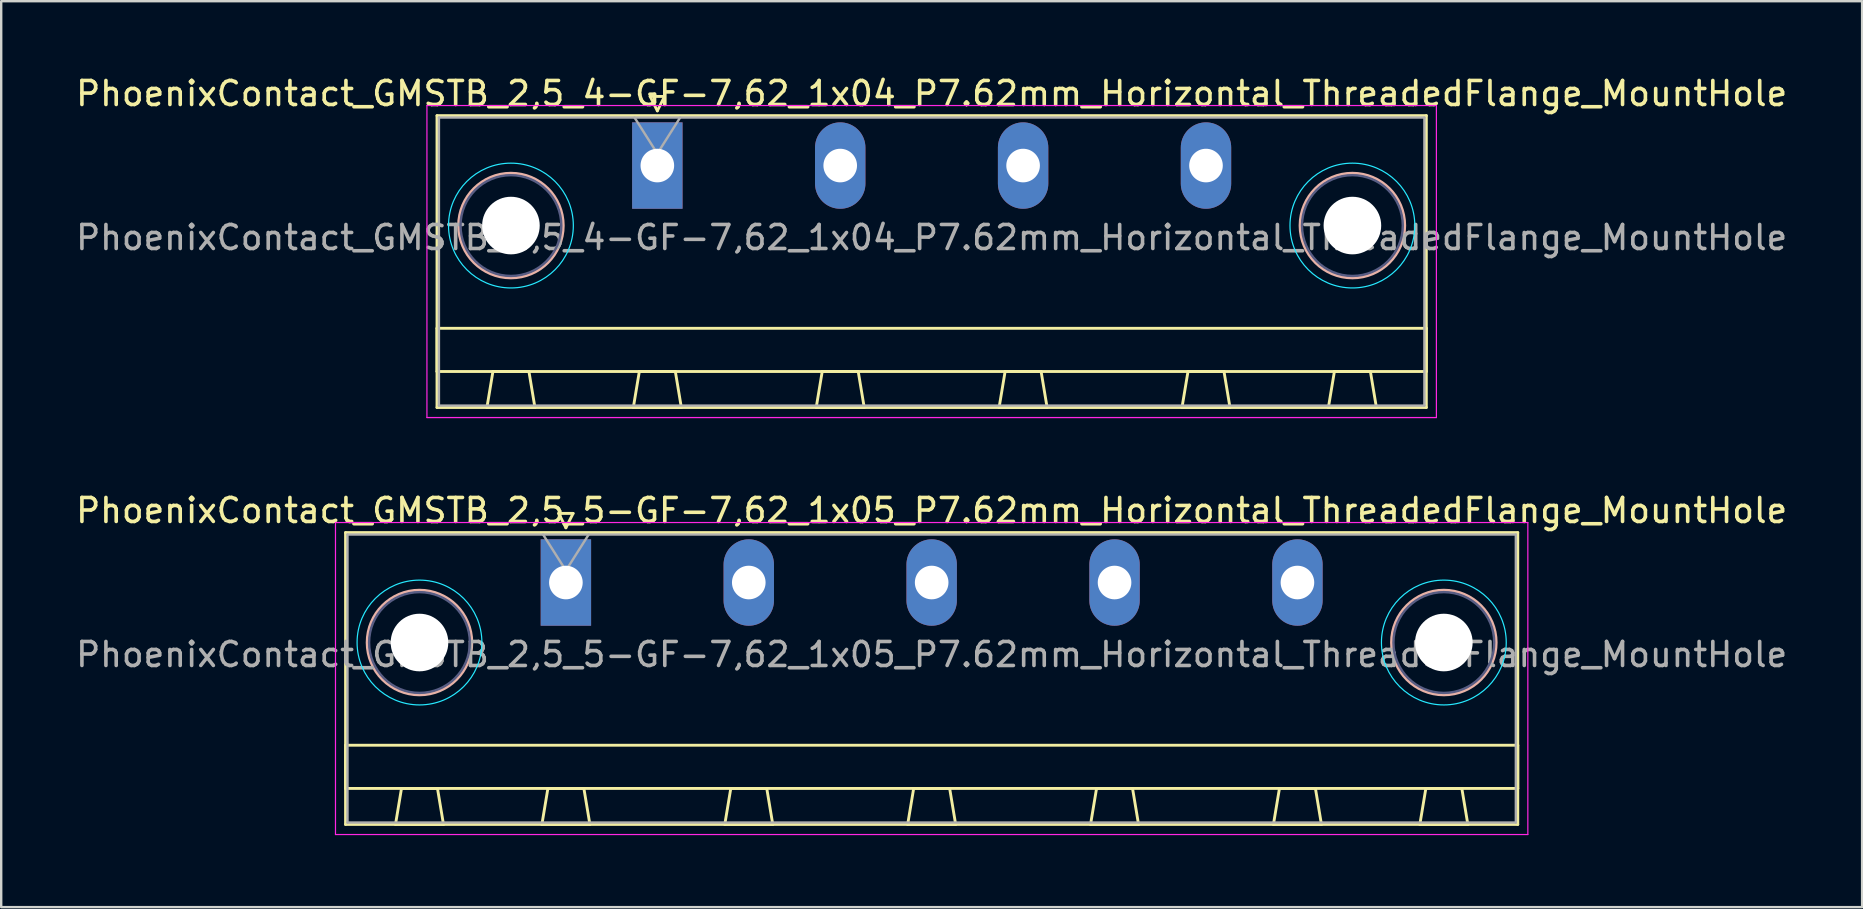
<source format=kicad_pcb>
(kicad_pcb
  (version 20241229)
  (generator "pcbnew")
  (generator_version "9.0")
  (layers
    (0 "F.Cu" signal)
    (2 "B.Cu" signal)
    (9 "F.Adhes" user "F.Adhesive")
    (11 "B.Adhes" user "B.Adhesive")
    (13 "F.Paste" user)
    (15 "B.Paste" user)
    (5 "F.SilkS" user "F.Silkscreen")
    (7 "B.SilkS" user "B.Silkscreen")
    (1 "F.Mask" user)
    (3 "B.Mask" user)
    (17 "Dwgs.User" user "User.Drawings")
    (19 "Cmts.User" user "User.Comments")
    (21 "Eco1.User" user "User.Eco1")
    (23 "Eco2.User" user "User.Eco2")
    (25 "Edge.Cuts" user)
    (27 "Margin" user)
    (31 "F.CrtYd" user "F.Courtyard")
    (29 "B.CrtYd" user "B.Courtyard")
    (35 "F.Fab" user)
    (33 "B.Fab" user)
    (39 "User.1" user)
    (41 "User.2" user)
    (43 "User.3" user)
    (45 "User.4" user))
  (footprint "PhoenixContact_GMSTB_2,5_4-GF-7,62_1x04_P7.62mm_Horizontal_ThreadedFlange_MountHole"
    (layer "F.Cu")
    (at 24.338 3.848)
    (property "Reference" "PhoenixContact_GMSTB_2,5_4-GF-7,62_1x04_P7.62mm_Horizontal_ThreadedFlange_MountHole" (at 11.43 -3 0) (layer "F.SilkS") (effects (font (size 1 1) (thickness 0.15))))
    (attr through_hole)
    (fp_line (start -9.18 -2.08) (end -9.18 10.08) (stroke (width 0.12) (type solid)) (layer "F.SilkS"))
    (fp_line (start -9.18 6.78) (end 32.04 6.78) (stroke (width 0.12) (type solid)) (layer "F.SilkS"))
    (fp_line (start -9.18 8.58) (end -9.18 6.78) (stroke (width 0.12) (type solid)) (layer "F.SilkS"))
    (fp_line (start -9.18 10.08) (end 32.04 10.08) (stroke (width 0.12) (type solid)) (layer "F.SilkS"))
    (fp_line (start -7.1 10.08) (end -5.1 10.08) (stroke (width 0.12) (type solid)) (layer "F.SilkS"))
    (fp_line (start -6.85 8.58) (end -7.1 10.08) (stroke (width 0.12) (type solid)) (layer "F.SilkS"))
    (fp_line (start -5.35 8.58) (end -6.85 8.58) (stroke (width 0.12) (type solid)) (layer "F.SilkS"))
    (fp_line (start -5.1 10.08) (end -5.35 8.58) (stroke (width 0.12) (type solid)) (layer "F.SilkS"))
    (fp_line (start -1 10.08) (end 1 10.08) (stroke (width 0.12) (type solid)) (layer "F.SilkS"))
    (fp_line (start -0.75 8.58) (end -1 10.08) (stroke (width 0.12) (type solid)) (layer "F.SilkS"))
    (fp_line (start -0.3 -2.88) (end 0.3 -2.88) (stroke (width 0.12) (type solid)) (layer "F.SilkS"))
    (fp_line (start 0 -2.28) (end -0.3 -2.88) (stroke (width 0.12) (type solid)) (layer "F.SilkS"))
    (fp_line (start 0.3 -2.88) (end 0 -2.28) (stroke (width 0.12) (type solid)) (layer "F.SilkS"))
    (fp_line (start 0.75 8.58) (end -0.75 8.58) (stroke (width 0.12) (type solid)) (layer "F.SilkS"))
    (fp_line (start 1 10.08) (end 0.75 8.58) (stroke (width 0.12) (type solid)) (layer "F.SilkS"))
    (fp_line (start 6.62 10.08) (end 8.62 10.08) (stroke (width 0.12) (type solid)) (layer "F.SilkS"))
    (fp_line (start 6.87 8.58) (end 6.62 10.08) (stroke (width 0.12) (type solid)) (layer "F.SilkS"))
    (fp_line (start 8.37 8.58) (end 6.87 8.58) (stroke (width 0.12) (type solid)) (layer "F.SilkS"))
    (fp_line (start 8.62 10.08) (end 8.37 8.58) (stroke (width 0.12) (type solid)) (layer "F.SilkS"))
    (fp_line (start 14.24 10.08) (end 16.24 10.08) (stroke (width 0.12) (type solid)) (layer "F.SilkS"))
    (fp_line (start 14.49 8.58) (end 14.24 10.08) (stroke (width 0.12) (type solid)) (layer "F.SilkS"))
    (fp_line (start 15.99 8.58) (end 14.49 8.58) (stroke (width 0.12) (type solid)) (layer "F.SilkS"))
    (fp_line (start 16.24 10.08) (end 15.99 8.58) (stroke (width 0.12) (type solid)) (layer "F.SilkS"))
    (fp_line (start 21.86 10.08) (end 23.86 10.08) (stroke (width 0.12) (type solid)) (layer "F.SilkS"))
    (fp_line (start 22.11 8.58) (end 21.86 10.08) (stroke (width 0.12) (type solid)) (layer "F.SilkS"))
    (fp_line (start 23.61 8.58) (end 22.11 8.58) (stroke (width 0.12) (type solid)) (layer "F.SilkS"))
    (fp_line (start 23.86 10.08) (end 23.61 8.58) (stroke (width 0.12) (type solid)) (layer "F.SilkS"))
    (fp_line (start 27.96 10.08) (end 29.96 10.08) (stroke (width 0.12) (type solid)) (layer "F.SilkS"))
    (fp_line (start 28.21 8.58) (end 27.96 10.08) (stroke (width 0.12) (type solid)) (layer "F.SilkS"))
    (fp_line (start 29.71 8.58) (end 28.21 8.58) (stroke (width 0.12) (type solid)) (layer "F.SilkS"))
    (fp_line (start 29.96 10.08) (end 29.71 8.58) (stroke (width 0.12) (type solid)) (layer "F.SilkS"))
    (fp_line (start 32.04 -2.08) (end -9.18 -2.08) (stroke (width 0.12) (type solid)) (layer "F.SilkS"))
    (fp_line (start 32.04 6.78) (end 32.04 8.58) (stroke (width 0.12) (type solid)) (layer "F.SilkS"))
    (fp_line (start 32.04 8.58) (end -9.18 8.58) (stroke (width 0.12) (type solid)) (layer "F.SilkS"))
    (fp_line (start 32.04 10.08) (end 32.04 -2.08) (stroke (width 0.12) (type solid)) (layer "F.SilkS"))
    (fp_circle (center -6.1 2.5) (end -3.92 2.5) (stroke (width 0.12) (type solid)) (fill no) (layer "B.SilkS"))
    (fp_circle (center 28.96 2.5) (end 31.14 2.5) (stroke (width 0.12) (type solid)) (fill no) (layer "B.SilkS"))
    (fp_circle (center -6.1 2.5) (end -3.5 2.5) (stroke (width 0.05) (type solid)) (fill no) (layer "B.CrtYd"))
    (fp_circle (center 28.96 2.5) (end 31.56 2.5) (stroke (width 0.05) (type solid)) (fill no) (layer "B.CrtYd"))
    (fp_line (start -9.6 -2.5) (end -9.6 10.5) (stroke (width 0.05) (type solid)) (layer "F.CrtYd"))
    (fp_line (start -9.6 10.5) (end 32.46 10.5) (stroke (width 0.05) (type solid)) (layer "F.CrtYd"))
    (fp_line (start 32.46 -2.5) (end -9.6 -2.5) (stroke (width 0.05) (type solid)) (layer "F.CrtYd"))
    (fp_line (start 32.46 10.5) (end 32.46 -2.5) (stroke (width 0.05) (type solid)) (layer "F.CrtYd"))
    (fp_circle (center -6.1 2.5) (end -4 2.5) (stroke (width 0.1) (type solid)) (fill no) (layer "B.Fab"))
    (fp_circle (center 28.96 2.5) (end 31.06 2.5) (stroke (width 0.1) (type solid)) (fill no) (layer "B.Fab"))
    (fp_line (start -9.1 -2) (end -9.1 10) (stroke (width 0.1) (type solid)) (layer "F.Fab"))
    (fp_line (start -9.1 10) (end 31.96 10) (stroke (width 0.1) (type solid)) (layer "F.Fab"))
    (fp_line (start 0 -0.5) (end -0.95 -2) (stroke (width 0.1) (type solid)) (layer "F.Fab"))
    (fp_line (start 0.95 -2) (end 0 -0.5) (stroke (width 0.1) (type solid)) (layer "F.Fab"))
    (fp_line (start 31.96 -2) (end -9.1 -2) (stroke (width 0.1) (type solid)) (layer "F.Fab"))
    (fp_line (start 31.96 10) (end 31.96 -2) (stroke (width 0.1) (type solid)) (layer "F.Fab"))
    (fp_text user "${REFERENCE}" (at 11.43 3 0) (layer "F.Fab") (effects (font (size 1 1) (thickness 0.15))))
    (pad "" np_thru_hole circle (at -6.1 2.5) (size 2.4 2.4) (drill 2.4) (layers "*.Cu" "*.Mask"))
    (pad "" np_thru_hole circle (at 28.96 2.5) (size 2.4 2.4) (drill 2.4) (layers "*.Cu" "*.Mask"))
    (pad "1" thru_hole rect (at 0 0) (size 2.1 3.6) (drill 1.4) (layers "*.Cu" "*.Mask"))
    (pad "2" thru_hole oval (at 7.62 0) (size 2.1 3.6) (drill 1.4) (layers "*.Cu" "*.Mask"))
    (pad "3" thru_hole oval (at 15.24 0) (size 2.1 3.6) (drill 1.4) (layers "*.Cu" "*.Mask"))
    (pad "4" thru_hole oval (at 22.86 0) (size 2.1 3.6) (drill 1.4) (layers "*.Cu" "*.Mask")))
  (footprint "PhoenixContact_GMSTB_2,5_5-GF-7,62_1x05_P7.62mm_Horizontal_ThreadedFlange_MountHole"
    (layer "F.Cu")
    (at 20.528 21.221)
    (property "Reference" "PhoenixContact_GMSTB_2,5_5-GF-7,62_1x05_P7.62mm_Horizontal_ThreadedFlange_MountHole" (at 15.24 -3 0) (layer "F.SilkS") (effects (font (size 1 1) (thickness 0.15))))
    (attr through_hole)
    (fp_line (start -9.18 -2.08) (end -9.18 10.08) (stroke (width 0.12) (type solid)) (layer "F.SilkS"))
    (fp_line (start -9.18 6.78) (end 39.66 6.78) (stroke (width 0.12) (type solid)) (layer "F.SilkS"))
    (fp_line (start -9.18 8.58) (end -9.18 6.78) (stroke (width 0.12) (type solid)) (layer "F.SilkS"))
    (fp_line (start -9.18 10.08) (end 39.66 10.08) (stroke (width 0.12) (type solid)) (layer "F.SilkS"))
    (fp_line (start -7.1 10.08) (end -5.1 10.08) (stroke (width 0.12) (type solid)) (layer "F.SilkS"))
    (fp_line (start -6.85 8.58) (end -7.1 10.08) (stroke (width 0.12) (type solid)) (layer "F.SilkS"))
    (fp_line (start -5.35 8.58) (end -6.85 8.58) (stroke (width 0.12) (type solid)) (layer "F.SilkS"))
    (fp_line (start -5.1 10.08) (end -5.35 8.58) (stroke (width 0.12) (type solid)) (layer "F.SilkS"))
    (fp_line (start -1 10.08) (end 1 10.08) (stroke (width 0.12) (type solid)) (layer "F.SilkS"))
    (fp_line (start -0.75 8.58) (end -1 10.08) (stroke (width 0.12) (type solid)) (layer "F.SilkS"))
    (fp_line (start -0.3 -2.88) (end 0.3 -2.88) (stroke (width 0.12) (type solid)) (layer "F.SilkS"))
    (fp_line (start 0 -2.28) (end -0.3 -2.88) (stroke (width 0.12) (type solid)) (layer "F.SilkS"))
    (fp_line (start 0.3 -2.88) (end 0 -2.28) (stroke (width 0.12) (type solid)) (layer "F.SilkS"))
    (fp_line (start 0.75 8.58) (end -0.75 8.58) (stroke (width 0.12) (type solid)) (layer "F.SilkS"))
    (fp_line (start 1 10.08) (end 0.75 8.58) (stroke (width 0.12) (type solid)) (layer "F.SilkS"))
    (fp_line (start 6.62 10.08) (end 8.62 10.08) (stroke (width 0.12) (type solid)) (layer "F.SilkS"))
    (fp_line (start 6.87 8.58) (end 6.62 10.08) (stroke (width 0.12) (type solid)) (layer "F.SilkS"))
    (fp_line (start 8.37 8.58) (end 6.87 8.58) (stroke (width 0.12) (type solid)) (layer "F.SilkS"))
    (fp_line (start 8.62 10.08) (end 8.37 8.58) (stroke (width 0.12) (type solid)) (layer "F.SilkS"))
    (fp_line (start 14.24 10.08) (end 16.24 10.08) (stroke (width 0.12) (type solid)) (layer "F.SilkS"))
    (fp_line (start 14.49 8.58) (end 14.24 10.08) (stroke (width 0.12) (type solid)) (layer "F.SilkS"))
    (fp_line (start 15.99 8.58) (end 14.49 8.58) (stroke (width 0.12) (type solid)) (layer "F.SilkS"))
    (fp_line (start 16.24 10.08) (end 15.99 8.58) (stroke (width 0.12) (type solid)) (layer "F.SilkS"))
    (fp_line (start 21.86 10.08) (end 23.86 10.08) (stroke (width 0.12) (type solid)) (layer "F.SilkS"))
    (fp_line (start 22.11 8.58) (end 21.86 10.08) (stroke (width 0.12) (type solid)) (layer "F.SilkS"))
    (fp_line (start 23.61 8.58) (end 22.11 8.58) (stroke (width 0.12) (type solid)) (layer "F.SilkS"))
    (fp_line (start 23.86 10.08) (end 23.61 8.58) (stroke (width 0.12) (type solid)) (layer "F.SilkS"))
    (fp_line (start 29.48 10.08) (end 31.48 10.08) (stroke (width 0.12) (type solid)) (layer "F.SilkS"))
    (fp_line (start 29.73 8.58) (end 29.48 10.08) (stroke (width 0.12) (type solid)) (layer "F.SilkS"))
    (fp_line (start 31.23 8.58) (end 29.73 8.58) (stroke (width 0.12) (type solid)) (layer "F.SilkS"))
    (fp_line (start 31.48 10.08) (end 31.23 8.58) (stroke (width 0.12) (type solid)) (layer "F.SilkS"))
    (fp_line (start 35.58 10.08) (end 37.58 10.08) (stroke (width 0.12) (type solid)) (layer "F.SilkS"))
    (fp_line (start 35.83 8.58) (end 35.58 10.08) (stroke (width 0.12) (type solid)) (layer "F.SilkS"))
    (fp_line (start 37.33 8.58) (end 35.83 8.58) (stroke (width 0.12) (type solid)) (layer "F.SilkS"))
    (fp_line (start 37.58 10.08) (end 37.33 8.58) (stroke (width 0.12) (type solid)) (layer "F.SilkS"))
    (fp_line (start 39.66 -2.08) (end -9.18 -2.08) (stroke (width 0.12) (type solid)) (layer "F.SilkS"))
    (fp_line (start 39.66 6.78) (end 39.66 8.58) (stroke (width 0.12) (type solid)) (layer "F.SilkS"))
    (fp_line (start 39.66 8.58) (end -9.18 8.58) (stroke (width 0.12) (type solid)) (layer "F.SilkS"))
    (fp_line (start 39.66 10.08) (end 39.66 -2.08) (stroke (width 0.12) (type solid)) (layer "F.SilkS"))
    (fp_circle (center -6.1 2.5) (end -3.92 2.5) (stroke (width 0.12) (type solid)) (fill no) (layer "B.SilkS"))
    (fp_circle (center 36.58 2.5) (end 38.76 2.5) (stroke (width 0.12) (type solid)) (fill no) (layer "B.SilkS"))
    (fp_circle (center -6.1 2.5) (end -3.5 2.5) (stroke (width 0.05) (type solid)) (fill no) (layer "B.CrtYd"))
    (fp_circle (center 36.58 2.5) (end 39.18 2.5) (stroke (width 0.05) (type solid)) (fill no) (layer "B.CrtYd"))
    (fp_line (start -9.6 -2.5) (end -9.6 10.5) (stroke (width 0.05) (type solid)) (layer "F.CrtYd"))
    (fp_line (start -9.6 10.5) (end 40.08 10.5) (stroke (width 0.05) (type solid)) (layer "F.CrtYd"))
    (fp_line (start 40.08 -2.5) (end -9.6 -2.5) (stroke (width 0.05) (type solid)) (layer "F.CrtYd"))
    (fp_line (start 40.08 10.5) (end 40.08 -2.5) (stroke (width 0.05) (type solid)) (layer "F.CrtYd"))
    (fp_circle (center -6.1 2.5) (end -4 2.5) (stroke (width 0.1) (type solid)) (fill no) (layer "B.Fab"))
    (fp_circle (center 36.58 2.5) (end 38.68 2.5) (stroke (width 0.1) (type solid)) (fill no) (layer "B.Fab"))
    (fp_line (start -9.1 -2) (end -9.1 10) (stroke (width 0.1) (type solid)) (layer "F.Fab"))
    (fp_line (start -9.1 10) (end 39.58 10) (stroke (width 0.1) (type solid)) (layer "F.Fab"))
    (fp_line (start 0 -0.5) (end -0.95 -2) (stroke (width 0.1) (type solid)) (layer "F.Fab"))
    (fp_line (start 0.95 -2) (end 0 -0.5) (stroke (width 0.1) (type solid)) (layer "F.Fab"))
    (fp_line (start 39.58 -2) (end -9.1 -2) (stroke (width 0.1) (type solid)) (layer "F.Fab"))
    (fp_line (start 39.58 10) (end 39.58 -2) (stroke (width 0.1) (type solid)) (layer "F.Fab"))
    (fp_text user "${REFERENCE}" (at 15.24 3 0) (layer "F.Fab") (effects (font (size 1 1) (thickness 0.15))))
    (pad "" np_thru_hole circle (at -6.1 2.5) (size 2.4 2.4) (drill 2.4) (layers "*.Cu" "*.Mask"))
    (pad "" np_thru_hole circle (at 36.58 2.5) (size 2.4 2.4) (drill 2.4) (layers "*.Cu" "*.Mask"))
    (pad "1" thru_hole rect (at 0 0) (size 2.1 3.6) (drill 1.4) (layers "*.Cu" "*.Mask"))
    (pad "2" thru_hole oval (at 7.62 0) (size 2.1 3.6) (drill 1.4) (layers "*.Cu" "*.Mask"))
    (pad "3" thru_hole oval (at 15.24 0) (size 2.1 3.6) (drill 1.4) (layers "*.Cu" "*.Mask"))
    (pad "4" thru_hole oval (at 22.86 0) (size 2.1 3.6) (drill 1.4) (layers "*.Cu" "*.Mask"))
    (pad "5" thru_hole oval (at 30.48 0) (size 2.1 3.6) (drill 1.4) (layers "*.Cu" "*.Mask")))
  (gr_rect
    (start -3 -3)
    (end 74.536 34.746)
    (stroke (width 0.1) (type default))
    (fill no)
    (layer "Edge.Cuts")))
</source>
